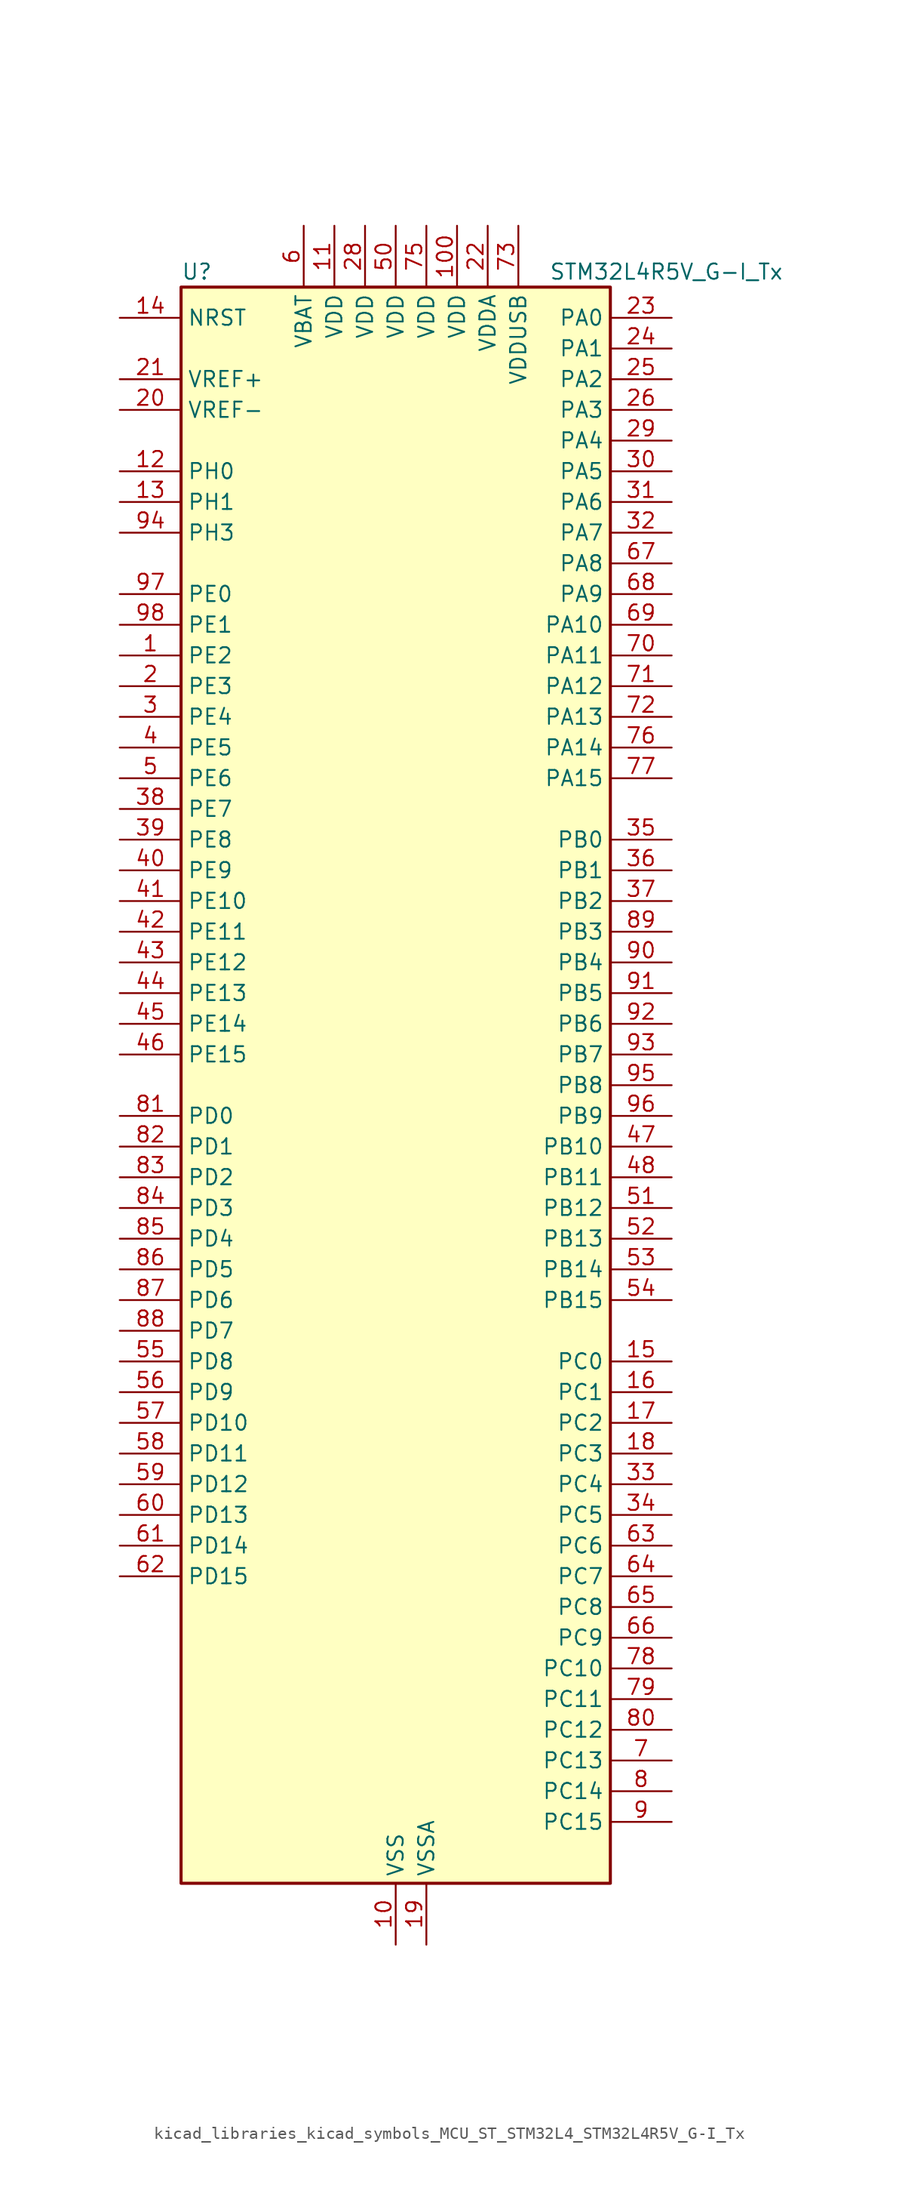
<source format=kicad_sym>
(kicad_symbol_lib
  (version 20220914)
  (generator kicad_symbol_editor)
  (symbol "kicad_libraries_kicad_symbols_MCU_ST_STM32L4_STM32L4R5V_G-I_Tx"
    (property "Reference" "U"
      (at -17.78 67.31 0)
      (effects (font (size 1.27 1.27)) (justify left)))
    (property "Value" "STM32L4R5V_G-I_Tx"
      (at 12.7 67.31 0)
      (effects (font (size 1.27 1.27)) (justify left)))
    (property "ki_locked" ""
      (at 0 0 0)
      (effects (font (size 1.27 1.27))))
    (symbol "kicad_libraries_kicad_symbols_MCU_ST_STM32L4_STM32L4R5V_G-I_Tx_0_1"
      (rectangle (start -17.78 -66.04) (end 17.78 66.04) (stroke (width 0.254) (type default)) (fill (type background))))
    (symbol "kicad_libraries_kicad_symbols_MCU_ST_STM32L4_STM32L4R5V_G-I_Tx_1_1"
      (pin bidirectional line (at -22.86 35.56 0) (length 5.08) (name "PE2" (effects (font (size 1.27 1.27)))) (number "1" (effects (font (size 1.27 1.27)))) (alternate "FMC_A23" bidirectional line) (alternate "SAI1_CK1" bidirectional line) (alternate "SAI1_MCLK_A" bidirectional line) (alternate "SYS_TRACECLK" bidirectional line) (alternate "TIM3_ETR" bidirectional line) (alternate "TSC_G7_IO1" bidirectional line))
      (pin power_in line (at 0 -71.12 90) (length 5.08) (name "VSS" (effects (font (size 1.27 1.27)))) (number "10" (effects (font (size 1.27 1.27)))))
      (pin power_in line (at 5.08 71.12 270) (length 5.08) (name "VDD" (effects (font (size 1.27 1.27)))) (number "100" (effects (font (size 1.27 1.27)))))
      (pin power_in line (at -5.08 71.12 270) (length 5.08) (name "VDD" (effects (font (size 1.27 1.27)))) (number "11" (effects (font (size 1.27 1.27)))))
      (pin bidirectional line (at -22.86 50.8 0) (length 5.08) (name "PH0" (effects (font (size 1.27 1.27)))) (number "12" (effects (font (size 1.27 1.27)))) (alternate "RCC_OSC_IN" bidirectional line))
      (pin bidirectional line (at -22.86 48.26 0) (length 5.08) (name "PH1" (effects (font (size 1.27 1.27)))) (number "13" (effects (font (size 1.27 1.27)))) (alternate "RCC_OSC_OUT" bidirectional line))
      (pin input line (at -22.86 63.5 0) (length 5.08) (name "NRST" (effects (font (size 1.27 1.27)))) (number "14" (effects (font (size 1.27 1.27)))))
      (pin bidirectional line (at 22.86 -22.86 180) (length 5.08) (name "PC0" (effects (font (size 1.27 1.27)))) (number "15" (effects (font (size 1.27 1.27)))) (alternate "ADC1_IN1" bidirectional line) (alternate "DFSDM1_DATIN4" bidirectional line) (alternate "I2C3_SCL" bidirectional line) (alternate "LPTIM1_IN1" bidirectional line) (alternate "LPTIM2_IN1" bidirectional line) (alternate "LPUART1_RX" bidirectional line) (alternate "SAI2_FS_A" bidirectional line))
      (pin bidirectional line (at 22.86 -25.4 180) (length 5.08) (name "PC1" (effects (font (size 1.27 1.27)))) (number "16" (effects (font (size 1.27 1.27)))) (alternate "ADC1_IN2" bidirectional line) (alternate "DFSDM1_CKIN4" bidirectional line) (alternate "I2C3_SDA" bidirectional line) (alternate "LPTIM1_OUT" bidirectional line) (alternate "LPUART1_TX" bidirectional line) (alternate "OCTOSPIM_P1_IO4" bidirectional line) (alternate "SAI1_SD_A" bidirectional line) (alternate "SPI2_MOSI" bidirectional line) (alternate "SYS_TRACED0" bidirectional line))
      (pin bidirectional line (at 22.86 -27.94 180) (length 5.08) (name "PC2" (effects (font (size 1.27 1.27)))) (number "17" (effects (font (size 1.27 1.27)))) (alternate "ADC1_IN3" bidirectional line) (alternate "DFSDM1_CKOUT" bidirectional line) (alternate "LPTIM1_IN2" bidirectional line) (alternate "OCTOSPIM_P1_IO5" bidirectional line) (alternate "SPI2_MISO" bidirectional line))
      (pin bidirectional line (at 22.86 -30.48 180) (length 5.08) (name "PC3" (effects (font (size 1.27 1.27)))) (number "18" (effects (font (size 1.27 1.27)))) (alternate "ADC1_IN4" bidirectional line) (alternate "LPTIM1_ETR" bidirectional line) (alternate "LPTIM2_ETR" bidirectional line) (alternate "OCTOSPIM_P1_IO6" bidirectional line) (alternate "SAI1_D1" bidirectional line) (alternate "SAI1_SD_A" bidirectional line) (alternate "SPI2_MOSI" bidirectional line))
      (pin power_in line (at 2.54 -71.12 90) (length 5.08) (name "VSSA" (effects (font (size 1.27 1.27)))) (number "19" (effects (font (size 1.27 1.27)))))
      (pin bidirectional line (at -22.86 33.02 0) (length 5.08) (name "PE3" (effects (font (size 1.27 1.27)))) (number "2" (effects (font (size 1.27 1.27)))) (alternate "FMC_A19" bidirectional line) (alternate "OCTOSPIM_P1_DQS" bidirectional line) (alternate "SAI1_SD_B" bidirectional line) (alternate "SYS_TRACED0" bidirectional line) (alternate "TIM3_CH1" bidirectional line) (alternate "TSC_G7_IO2" bidirectional line))
      (pin input line (at -22.86 55.88 0) (length 5.08) (name "VREF-" (effects (font (size 1.27 1.27)))) (number "20" (effects (font (size 1.27 1.27)))))
      (pin input line (at -22.86 58.42 0) (length 5.08) (name "VREF+" (effects (font (size 1.27 1.27)))) (number "21" (effects (font (size 1.27 1.27)))) (alternate "VREFBUF_OUT" bidirectional line))
      (pin power_in line (at 7.62 71.12 270) (length 5.08) (name "VDDA" (effects (font (size 1.27 1.27)))) (number "22" (effects (font (size 1.27 1.27)))))
      (pin bidirectional line (at 22.86 63.5 180) (length 5.08) (name "PA0" (effects (font (size 1.27 1.27)))) (number "23" (effects (font (size 1.27 1.27)))) (alternate "ADC1_IN5" bidirectional line) (alternate "OPAMP1_VINP" bidirectional line) (alternate "RTC_TAMP2" bidirectional line) (alternate "SAI1_EXTCLK" bidirectional line) (alternate "SYS_WKUP1" bidirectional line) (alternate "TIM2_CH1" bidirectional line) (alternate "TIM2_ETR" bidirectional line) (alternate "TIM5_CH1" bidirectional line) (alternate "TIM8_ETR" bidirectional line) (alternate "UART4_TX" bidirectional line) (alternate "USART2_CTS" bidirectional line) (alternate "USART2_NSS" bidirectional line))
      (pin bidirectional line (at 22.86 60.96 180) (length 5.08) (name "PA1" (effects (font (size 1.27 1.27)))) (number "24" (effects (font (size 1.27 1.27)))) (alternate "ADC1_IN6" bidirectional line) (alternate "I2C1_SMBA" bidirectional line) (alternate "OCTOSPIM_P1_DQS" bidirectional line) (alternate "OPAMP1_VINM" bidirectional line) (alternate "SPI1_SCK" bidirectional line) (alternate "TIM15_CH1N" bidirectional line) (alternate "TIM2_CH2" bidirectional line) (alternate "TIM5_CH2" bidirectional line) (alternate "UART4_RX" bidirectional line) (alternate "USART2_DE" bidirectional line) (alternate "USART2_RTS" bidirectional line))
      (pin bidirectional line (at 22.86 58.42 180) (length 5.08) (name "PA2" (effects (font (size 1.27 1.27)))) (number "25" (effects (font (size 1.27 1.27)))) (alternate "ADC1_IN7" bidirectional line) (alternate "LPUART1_TX" bidirectional line) (alternate "OCTOSPIM_P1_NCS" bidirectional line) (alternate "RCC_LSCO" bidirectional line) (alternate "SAI2_EXTCLK" bidirectional line) (alternate "SYS_WKUP4" bidirectional line) (alternate "TIM15_CH1" bidirectional line) (alternate "TIM2_CH3" bidirectional line) (alternate "TIM5_CH3" bidirectional line) (alternate "USART2_TX" bidirectional line))
      (pin bidirectional line (at 22.86 55.88 180) (length 5.08) (name "PA3" (effects (font (size 1.27 1.27)))) (number "26" (effects (font (size 1.27 1.27)))) (alternate "ADC1_IN8" bidirectional line) (alternate "LPUART1_RX" bidirectional line) (alternate "OCTOSPIM_P1_CLK" bidirectional line) (alternate "OPAMP1_VOUT" bidirectional line) (alternate "SAI1_CK1" bidirectional line) (alternate "SAI1_MCLK_A" bidirectional line) (alternate "TIM15_CH2" bidirectional line) (alternate "TIM2_CH4" bidirectional line) (alternate "TIM5_CH4" bidirectional line) (alternate "USART2_RX" bidirectional line))
      (pin passive line (at 0 -71.12 90) (length 5.08) hide (name "VSS" (effects (font (size 1.27 1.27)))) (number "27" (effects (font (size 1.27 1.27)))))
      (pin power_in line (at -2.54 71.12 270) (length 5.08) (name "VDD" (effects (font (size 1.27 1.27)))) (number "28" (effects (font (size 1.27 1.27)))))
      (pin bidirectional line (at 22.86 53.34 180) (length 5.08) (name "PA4" (effects (font (size 1.27 1.27)))) (number "29" (effects (font (size 1.27 1.27)))) (alternate "ADC1_IN9" bidirectional line) (alternate "DAC1_OUT1" bidirectional line) (alternate "DCMI_HSYNC" bidirectional line) (alternate "LPTIM2_OUT" bidirectional line) (alternate "OCTOSPIM_P1_NCS" bidirectional line) (alternate "SAI1_FS_B" bidirectional line) (alternate "SPI1_NSS" bidirectional line) (alternate "SPI3_NSS" bidirectional line) (alternate "USART2_CK" bidirectional line))
      (pin bidirectional line (at -22.86 30.48 0) (length 5.08) (name "PE4" (effects (font (size 1.27 1.27)))) (number "3" (effects (font (size 1.27 1.27)))) (alternate "DCMI_D4" bidirectional line) (alternate "DFSDM1_DATIN3" bidirectional line) (alternate "FMC_A20" bidirectional line) (alternate "SAI1_D2" bidirectional line) (alternate "SAI1_FS_A" bidirectional line) (alternate "SYS_TRACED1" bidirectional line) (alternate "TIM3_CH2" bidirectional line) (alternate "TSC_G7_IO3" bidirectional line))
      (pin bidirectional line (at 22.86 50.8 180) (length 5.08) (name "PA5" (effects (font (size 1.27 1.27)))) (number "30" (effects (font (size 1.27 1.27)))) (alternate "ADC1_IN10" bidirectional line) (alternate "DAC1_OUT2" bidirectional line) (alternate "LPTIM2_ETR" bidirectional line) (alternate "SPI1_SCK" bidirectional line) (alternate "TIM2_CH1" bidirectional line) (alternate "TIM2_ETR" bidirectional line) (alternate "TIM8_CH1N" bidirectional line))
      (pin bidirectional line (at 22.86 48.26 180) (length 5.08) (name "PA6" (effects (font (size 1.27 1.27)))) (number "31" (effects (font (size 1.27 1.27)))) (alternate "ADC1_IN11" bidirectional line) (alternate "DCMI_PIXCLK" bidirectional line) (alternate "LPUART1_CTS" bidirectional line) (alternate "OCTOSPIM_P1_IO3" bidirectional line) (alternate "OPAMP2_VINP" bidirectional line) (alternate "SPI1_MISO" bidirectional line) (alternate "TIM16_CH1" bidirectional line) (alternate "TIM1_BKIN" bidirectional line) (alternate "TIM3_CH1" bidirectional line) (alternate "TIM8_BKIN" bidirectional line) (alternate "USART3_CTS" bidirectional line) (alternate "USART3_NSS" bidirectional line))
      (pin bidirectional line (at 22.86 45.72 180) (length 5.08) (name "PA7" (effects (font (size 1.27 1.27)))) (number "32" (effects (font (size 1.27 1.27)))) (alternate "ADC1_IN12" bidirectional line) (alternate "I2C3_SCL" bidirectional line) (alternate "OCTOSPIM_P1_IO2" bidirectional line) (alternate "OPAMP2_VINM" bidirectional line) (alternate "SPI1_MOSI" bidirectional line) (alternate "TIM17_CH1" bidirectional line) (alternate "TIM1_CH1N" bidirectional line) (alternate "TIM3_CH2" bidirectional line) (alternate "TIM8_CH1N" bidirectional line))
      (pin bidirectional line (at 22.86 -33.02 180) (length 5.08) (name "PC4" (effects (font (size 1.27 1.27)))) (number "33" (effects (font (size 1.27 1.27)))) (alternate "ADC1_IN13" bidirectional line) (alternate "COMP1_INM" bidirectional line) (alternate "OCTOSPIM_P1_IO7" bidirectional line) (alternate "USART3_TX" bidirectional line))
      (pin bidirectional line (at 22.86 -35.56 180) (length 5.08) (name "PC5" (effects (font (size 1.27 1.27)))) (number "34" (effects (font (size 1.27 1.27)))) (alternate "ADC1_IN14" bidirectional line) (alternate "COMP1_INP" bidirectional line) (alternate "SAI1_D3" bidirectional line) (alternate "SYS_WKUP5" bidirectional line) (alternate "USART3_RX" bidirectional line))
      (pin bidirectional line (at 22.86 20.32 180) (length 5.08) (name "PB0" (effects (font (size 1.27 1.27)))) (number "35" (effects (font (size 1.27 1.27)))) (alternate "ADC1_IN15" bidirectional line) (alternate "COMP1_OUT" bidirectional line) (alternate "OCTOSPIM_P1_IO1" bidirectional line) (alternate "OPAMP2_VOUT" bidirectional line) (alternate "SAI1_EXTCLK" bidirectional line) (alternate "SPI1_NSS" bidirectional line) (alternate "TIM1_CH2N" bidirectional line) (alternate "TIM3_CH3" bidirectional line) (alternate "TIM8_CH2N" bidirectional line) (alternate "USART3_CK" bidirectional line))
      (pin bidirectional line (at 22.86 17.78 180) (length 5.08) (name "PB1" (effects (font (size 1.27 1.27)))) (number "36" (effects (font (size 1.27 1.27)))) (alternate "ADC1_IN16" bidirectional line) (alternate "COMP1_INM" bidirectional line) (alternate "DFSDM1_DATIN0" bidirectional line) (alternate "LPTIM2_IN1" bidirectional line) (alternate "LPUART1_DE" bidirectional line) (alternate "LPUART1_RTS" bidirectional line) (alternate "OCTOSPIM_P1_IO0" bidirectional line) (alternate "TIM1_CH3N" bidirectional line) (alternate "TIM3_CH4" bidirectional line) (alternate "TIM8_CH3N" bidirectional line) (alternate "USART3_DE" bidirectional line) (alternate "USART3_RTS" bidirectional line))
      (pin bidirectional line (at 22.86 15.24 180) (length 5.08) (name "PB2" (effects (font (size 1.27 1.27)))) (number "37" (effects (font (size 1.27 1.27)))) (alternate "COMP1_INP" bidirectional line) (alternate "DFSDM1_CKIN0" bidirectional line) (alternate "I2C3_SMBA" bidirectional line) (alternate "LPTIM1_OUT" bidirectional line) (alternate "OCTOSPIM_P1_DQS" bidirectional line) (alternate "RTC_OUT_ALARM" bidirectional line) (alternate "RTC_OUT_CALIB" bidirectional line))
      (pin bidirectional line (at -22.86 22.86 0) (length 5.08) (name "PE7" (effects (font (size 1.27 1.27)))) (number "38" (effects (font (size 1.27 1.27)))) (alternate "DFSDM1_DATIN2" bidirectional line) (alternate "FMC_D4" bidirectional line) (alternate "FMC_DA4" bidirectional line) (alternate "SAI1_SD_B" bidirectional line) (alternate "TIM1_ETR" bidirectional line))
      (pin bidirectional line (at -22.86 20.32 0) (length 5.08) (name "PE8" (effects (font (size 1.27 1.27)))) (number "39" (effects (font (size 1.27 1.27)))) (alternate "DFSDM1_CKIN2" bidirectional line) (alternate "FMC_D5" bidirectional line) (alternate "FMC_DA5" bidirectional line) (alternate "SAI1_SCK_B" bidirectional line) (alternate "TIM1_CH1N" bidirectional line))
      (pin bidirectional line (at -22.86 27.94 0) (length 5.08) (name "PE5" (effects (font (size 1.27 1.27)))) (number "4" (effects (font (size 1.27 1.27)))) (alternate "DCMI_D6" bidirectional line) (alternate "DFSDM1_CKIN3" bidirectional line) (alternate "FMC_A21" bidirectional line) (alternate "SAI1_CK2" bidirectional line) (alternate "SAI1_SCK_A" bidirectional line) (alternate "SYS_TRACED2" bidirectional line) (alternate "TIM3_CH3" bidirectional line) (alternate "TSC_G7_IO4" bidirectional line))
      (pin bidirectional line (at -22.86 17.78 0) (length 5.08) (name "PE9" (effects (font (size 1.27 1.27)))) (number "40" (effects (font (size 1.27 1.27)))) (alternate "DAC1_EXTI9" bidirectional line) (alternate "DFSDM1_CKOUT" bidirectional line) (alternate "FMC_D6" bidirectional line) (alternate "FMC_DA6" bidirectional line) (alternate "SAI1_FS_B" bidirectional line) (alternate "TIM1_CH1" bidirectional line))
      (pin bidirectional line (at -22.86 15.24 0) (length 5.08) (name "PE10" (effects (font (size 1.27 1.27)))) (number "41" (effects (font (size 1.27 1.27)))) (alternate "DFSDM1_DATIN4" bidirectional line) (alternate "FMC_D7" bidirectional line) (alternate "FMC_DA7" bidirectional line) (alternate "OCTOSPIM_P1_CLK" bidirectional line) (alternate "SAI1_MCLK_B" bidirectional line) (alternate "TIM1_CH2N" bidirectional line) (alternate "TSC_G5_IO1" bidirectional line))
      (pin bidirectional line (at -22.86 12.7 0) (length 5.08) (name "PE11" (effects (font (size 1.27 1.27)))) (number "42" (effects (font (size 1.27 1.27)))) (alternate "ADC1_EXTI11" bidirectional line) (alternate "DFSDM1_CKIN4" bidirectional line) (alternate "FMC_D8" bidirectional line) (alternate "FMC_DA8" bidirectional line) (alternate "OCTOSPIM_P1_NCS" bidirectional line) (alternate "TIM1_CH2" bidirectional line) (alternate "TSC_G5_IO2" bidirectional line))
      (pin bidirectional line (at -22.86 10.16 0) (length 5.08) (name "PE12" (effects (font (size 1.27 1.27)))) (number "43" (effects (font (size 1.27 1.27)))) (alternate "DFSDM1_DATIN5" bidirectional line) (alternate "FMC_D9" bidirectional line) (alternate "FMC_DA9" bidirectional line) (alternate "OCTOSPIM_P1_IO0" bidirectional line) (alternate "SPI1_NSS" bidirectional line) (alternate "TIM1_CH3N" bidirectional line) (alternate "TSC_G5_IO3" bidirectional line))
      (pin bidirectional line (at -22.86 7.62 0) (length 5.08) (name "PE13" (effects (font (size 1.27 1.27)))) (number "44" (effects (font (size 1.27 1.27)))) (alternate "DFSDM1_CKIN5" bidirectional line) (alternate "FMC_D10" bidirectional line) (alternate "FMC_DA10" bidirectional line) (alternate "OCTOSPIM_P1_IO1" bidirectional line) (alternate "SPI1_SCK" bidirectional line) (alternate "TIM1_CH3" bidirectional line) (alternate "TSC_G5_IO4" bidirectional line))
      (pin bidirectional line (at -22.86 5.08 0) (length 5.08) (name "PE14" (effects (font (size 1.27 1.27)))) (number "45" (effects (font (size 1.27 1.27)))) (alternate "FMC_D11" bidirectional line) (alternate "FMC_DA11" bidirectional line) (alternate "OCTOSPIM_P1_IO2" bidirectional line) (alternate "SPI1_MISO" bidirectional line) (alternate "TIM1_BKIN2" bidirectional line) (alternate "TIM1_CH4" bidirectional line))
      (pin bidirectional line (at -22.86 2.54 0) (length 5.08) (name "PE15" (effects (font (size 1.27 1.27)))) (number "46" (effects (font (size 1.27 1.27)))) (alternate "ADC1_EXTI15" bidirectional line) (alternate "FMC_D12" bidirectional line) (alternate "FMC_DA12" bidirectional line) (alternate "OCTOSPIM_P1_IO3" bidirectional line) (alternate "SPI1_MOSI" bidirectional line) (alternate "TIM1_BKIN" bidirectional line))
      (pin bidirectional line (at 22.86 -5.08 180) (length 5.08) (name "PB10" (effects (font (size 1.27 1.27)))) (number "47" (effects (font (size 1.27 1.27)))) (alternate "COMP1_OUT" bidirectional line) (alternate "DFSDM1_DATIN7" bidirectional line) (alternate "I2C2_SCL" bidirectional line) (alternate "I2C4_SCL" bidirectional line) (alternate "LPUART1_RX" bidirectional line) (alternate "OCTOSPIM_P1_CLK" bidirectional line) (alternate "SAI1_SCK_A" bidirectional line) (alternate "SPI2_SCK" bidirectional line) (alternate "TIM2_CH3" bidirectional line) (alternate "TSC_SYNC" bidirectional line) (alternate "USART3_TX" bidirectional line))
      (pin bidirectional line (at 22.86 -7.62 180) (length 5.08) (name "PB11" (effects (font (size 1.27 1.27)))) (number "48" (effects (font (size 1.27 1.27)))) (alternate "ADC1_EXTI11" bidirectional line) (alternate "COMP2_OUT" bidirectional line) (alternate "DFSDM1_CKIN7" bidirectional line) (alternate "I2C2_SDA" bidirectional line) (alternate "I2C4_SDA" bidirectional line) (alternate "LPUART1_TX" bidirectional line) (alternate "OCTOSPIM_P1_NCS" bidirectional line) (alternate "TIM2_CH4" bidirectional line) (alternate "USART3_RX" bidirectional line))
      (pin passive line (at 0 -71.12 90) (length 5.08) hide (name "VSS" (effects (font (size 1.27 1.27)))) (number "49" (effects (font (size 1.27 1.27)))))
      (pin bidirectional line (at -22.86 25.4 0) (length 5.08) (name "PE6" (effects (font (size 1.27 1.27)))) (number "5" (effects (font (size 1.27 1.27)))) (alternate "DCMI_D7" bidirectional line) (alternate "FMC_A22" bidirectional line) (alternate "RTC_TAMP3" bidirectional line) (alternate "SAI1_D1" bidirectional line) (alternate "SAI1_SD_A" bidirectional line) (alternate "SYS_TRACED3" bidirectional line) (alternate "SYS_WKUP3" bidirectional line) (alternate "TIM3_CH4" bidirectional line))
      (pin power_in line (at 0 71.12 270) (length 5.08) (name "VDD" (effects (font (size 1.27 1.27)))) (number "50" (effects (font (size 1.27 1.27)))))
      (pin bidirectional line (at 22.86 -10.16 180) (length 5.08) (name "PB12" (effects (font (size 1.27 1.27)))) (number "51" (effects (font (size 1.27 1.27)))) (alternate "DFSDM1_DATIN1" bidirectional line) (alternate "I2C2_SMBA" bidirectional line) (alternate "LPUART1_DE" bidirectional line) (alternate "LPUART1_RTS" bidirectional line) (alternate "SAI2_FS_A" bidirectional line) (alternate "SPI2_NSS" bidirectional line) (alternate "TIM15_BKIN" bidirectional line) (alternate "TIM1_BKIN" bidirectional line) (alternate "TSC_G1_IO1" bidirectional line) (alternate "USART3_CK" bidirectional line))
      (pin bidirectional line (at 22.86 -12.7 180) (length 5.08) (name "PB13" (effects (font (size 1.27 1.27)))) (number "52" (effects (font (size 1.27 1.27)))) (alternate "DFSDM1_CKIN1" bidirectional line) (alternate "I2C2_SCL" bidirectional line) (alternate "LPUART1_CTS" bidirectional line) (alternate "SAI2_SCK_A" bidirectional line) (alternate "SPI2_SCK" bidirectional line) (alternate "TIM15_CH1N" bidirectional line) (alternate "TIM1_CH1N" bidirectional line) (alternate "TSC_G1_IO2" bidirectional line) (alternate "USART3_CTS" bidirectional line) (alternate "USART3_NSS" bidirectional line))
      (pin bidirectional line (at 22.86 -15.24 180) (length 5.08) (name "PB14" (effects (font (size 1.27 1.27)))) (number "53" (effects (font (size 1.27 1.27)))) (alternate "DFSDM1_DATIN2" bidirectional line) (alternate "I2C2_SDA" bidirectional line) (alternate "SAI2_MCLK_A" bidirectional line) (alternate "SPI2_MISO" bidirectional line) (alternate "TIM15_CH1" bidirectional line) (alternate "TIM1_CH2N" bidirectional line) (alternate "TIM8_CH2N" bidirectional line) (alternate "TSC_G1_IO3" bidirectional line) (alternate "USART3_DE" bidirectional line) (alternate "USART3_RTS" bidirectional line))
      (pin bidirectional line (at 22.86 -17.78 180) (length 5.08) (name "PB15" (effects (font (size 1.27 1.27)))) (number "54" (effects (font (size 1.27 1.27)))) (alternate "ADC1_EXTI15" bidirectional line) (alternate "DFSDM1_CKIN2" bidirectional line) (alternate "RTC_REFIN" bidirectional line) (alternate "SAI2_SD_A" bidirectional line) (alternate "SPI2_MOSI" bidirectional line) (alternate "TIM15_CH2" bidirectional line) (alternate "TIM1_CH3N" bidirectional line) (alternate "TIM8_CH3N" bidirectional line) (alternate "TSC_G1_IO4" bidirectional line))
      (pin bidirectional line (at -22.86 -22.86 0) (length 5.08) (name "PD8" (effects (font (size 1.27 1.27)))) (number "55" (effects (font (size 1.27 1.27)))) (alternate "DCMI_HSYNC" bidirectional line) (alternate "FMC_D13" bidirectional line) (alternate "FMC_DA13" bidirectional line) (alternate "USART3_TX" bidirectional line))
      (pin bidirectional line (at -22.86 -25.4 0) (length 5.08) (name "PD9" (effects (font (size 1.27 1.27)))) (number "56" (effects (font (size 1.27 1.27)))) (alternate "DAC1_EXTI9" bidirectional line) (alternate "DCMI_PIXCLK" bidirectional line) (alternate "FMC_D14" bidirectional line) (alternate "FMC_DA14" bidirectional line) (alternate "SAI2_MCLK_A" bidirectional line) (alternate "USART3_RX" bidirectional line))
      (pin bidirectional line (at -22.86 -27.94 0) (length 5.08) (name "PD10" (effects (font (size 1.27 1.27)))) (number "57" (effects (font (size 1.27 1.27)))) (alternate "FMC_D15" bidirectional line) (alternate "FMC_DA15" bidirectional line) (alternate "SAI2_SCK_A" bidirectional line) (alternate "TSC_G6_IO1" bidirectional line) (alternate "USART3_CK" bidirectional line))
      (pin bidirectional line (at -22.86 -30.48 0) (length 5.08) (name "PD11" (effects (font (size 1.27 1.27)))) (number "58" (effects (font (size 1.27 1.27)))) (alternate "ADC1_EXTI11" bidirectional line) (alternate "FMC_A16" bidirectional line) (alternate "FMC_CLE" bidirectional line) (alternate "I2C4_SMBA" bidirectional line) (alternate "LPTIM2_ETR" bidirectional line) (alternate "SAI2_SD_A" bidirectional line) (alternate "TSC_G6_IO2" bidirectional line) (alternate "USART3_CTS" bidirectional line) (alternate "USART3_NSS" bidirectional line))
      (pin bidirectional line (at -22.86 -33.02 0) (length 5.08) (name "PD12" (effects (font (size 1.27 1.27)))) (number "59" (effects (font (size 1.27 1.27)))) (alternate "FMC_A17" bidirectional line) (alternate "FMC_ALE" bidirectional line) (alternate "I2C4_SCL" bidirectional line) (alternate "LPTIM2_IN1" bidirectional line) (alternate "SAI2_FS_A" bidirectional line) (alternate "TIM4_CH1" bidirectional line) (alternate "TSC_G6_IO3" bidirectional line) (alternate "USART3_DE" bidirectional line) (alternate "USART3_RTS" bidirectional line))
      (pin power_in line (at -7.62 71.12 270) (length 5.08) (name "VBAT" (effects (font (size 1.27 1.27)))) (number "6" (effects (font (size 1.27 1.27)))))
      (pin bidirectional line (at -22.86 -35.56 0) (length 5.08) (name "PD13" (effects (font (size 1.27 1.27)))) (number "60" (effects (font (size 1.27 1.27)))) (alternate "FMC_A18" bidirectional line) (alternate "I2C4_SDA" bidirectional line) (alternate "LPTIM2_OUT" bidirectional line) (alternate "TIM4_CH2" bidirectional line) (alternate "TSC_G6_IO4" bidirectional line))
      (pin bidirectional line (at -22.86 -38.1 0) (length 5.08) (name "PD14" (effects (font (size 1.27 1.27)))) (number "61" (effects (font (size 1.27 1.27)))) (alternate "FMC_D0" bidirectional line) (alternate "FMC_DA0" bidirectional line) (alternate "TIM4_CH3" bidirectional line))
      (pin bidirectional line (at -22.86 -40.64 0) (length 5.08) (name "PD15" (effects (font (size 1.27 1.27)))) (number "62" (effects (font (size 1.27 1.27)))) (alternate "ADC1_EXTI15" bidirectional line) (alternate "FMC_D1" bidirectional line) (alternate "FMC_DA1" bidirectional line) (alternate "TIM4_CH4" bidirectional line))
      (pin bidirectional line (at 22.86 -38.1 180) (length 5.08) (name "PC6" (effects (font (size 1.27 1.27)))) (number "63" (effects (font (size 1.27 1.27)))) (alternate "DCMI_D0" bidirectional line) (alternate "DFSDM1_CKIN3" bidirectional line) (alternate "SAI2_MCLK_A" bidirectional line) (alternate "SDMMC1_D0DIR" bidirectional line) (alternate "SDMMC1_D6" bidirectional line) (alternate "TIM3_CH1" bidirectional line) (alternate "TIM8_CH1" bidirectional line) (alternate "TSC_G4_IO1" bidirectional line))
      (pin bidirectional line (at 22.86 -40.64 180) (length 5.08) (name "PC7" (effects (font (size 1.27 1.27)))) (number "64" (effects (font (size 1.27 1.27)))) (alternate "DCMI_D1" bidirectional line) (alternate "DFSDM1_DATIN3" bidirectional line) (alternate "SAI2_MCLK_B" bidirectional line) (alternate "SDMMC1_D123DIR" bidirectional line) (alternate "SDMMC1_D7" bidirectional line) (alternate "TIM3_CH2" bidirectional line) (alternate "TIM8_CH2" bidirectional line) (alternate "TSC_G4_IO2" bidirectional line))
      (pin bidirectional line (at 22.86 -43.18 180) (length 5.08) (name "PC8" (effects (font (size 1.27 1.27)))) (number "65" (effects (font (size 1.27 1.27)))) (alternate "DCMI_D2" bidirectional line) (alternate "SDMMC1_D0" bidirectional line) (alternate "TIM3_CH3" bidirectional line) (alternate "TIM8_CH3" bidirectional line) (alternate "TSC_G4_IO3" bidirectional line))
      (pin bidirectional line (at 22.86 -45.72 180) (length 5.08) (name "PC9" (effects (font (size 1.27 1.27)))) (number "66" (effects (font (size 1.27 1.27)))) (alternate "DAC1_EXTI9" bidirectional line) (alternate "DCMI_D3" bidirectional line) (alternate "I2C3_SDA" bidirectional line) (alternate "SAI2_EXTCLK" bidirectional line) (alternate "SDMMC1_D1" bidirectional line) (alternate "SYS_TRACED0" bidirectional line) (alternate "TIM3_CH4" bidirectional line) (alternate "TIM8_BKIN2" bidirectional line) (alternate "TIM8_CH4" bidirectional line) (alternate "TSC_G4_IO4" bidirectional line) (alternate "USB_OTG_FS_NOE" bidirectional line))
      (pin bidirectional line (at 22.86 43.18 180) (length 5.08) (name "PA8" (effects (font (size 1.27 1.27)))) (number "67" (effects (font (size 1.27 1.27)))) (alternate "LPTIM2_OUT" bidirectional line) (alternate "RCC_MCO" bidirectional line) (alternate "SAI1_CK2" bidirectional line) (alternate "SAI1_SCK_A" bidirectional line) (alternate "TIM1_CH1" bidirectional line) (alternate "USART1_CK" bidirectional line) (alternate "USB_OTG_FS_SOF" bidirectional line))
      (pin bidirectional line (at 22.86 40.64 180) (length 5.08) (name "PA9" (effects (font (size 1.27 1.27)))) (number "68" (effects (font (size 1.27 1.27)))) (alternate "DAC1_EXTI9" bidirectional line) (alternate "DCMI_D0" bidirectional line) (alternate "SAI1_FS_A" bidirectional line) (alternate "SPI2_SCK" bidirectional line) (alternate "TIM15_BKIN" bidirectional line) (alternate "TIM1_CH2" bidirectional line) (alternate "USART1_TX" bidirectional line) (alternate "USB_OTG_FS_VBUS" bidirectional line))
      (pin bidirectional line (at 22.86 38.1 180) (length 5.08) (name "PA10" (effects (font (size 1.27 1.27)))) (number "69" (effects (font (size 1.27 1.27)))) (alternate "DCMI_D1" bidirectional line) (alternate "SAI1_D1" bidirectional line) (alternate "SAI1_SD_A" bidirectional line) (alternate "TIM17_BKIN" bidirectional line) (alternate "TIM1_CH3" bidirectional line) (alternate "USART1_RX" bidirectional line) (alternate "USB_OTG_FS_ID" bidirectional line))
      (pin bidirectional line (at 22.86 -55.88 180) (length 5.08) (name "PC13" (effects (font (size 1.27 1.27)))) (number "7" (effects (font (size 1.27 1.27)))) (alternate "RTC_OUT_ALARM" bidirectional line) (alternate "RTC_OUT_CALIB" bidirectional line) (alternate "RTC_TAMP1" bidirectional line) (alternate "RTC_TS" bidirectional line) (alternate "SYS_WKUP2" bidirectional line))
      (pin bidirectional line (at 22.86 35.56 180) (length 5.08) (name "PA11" (effects (font (size 1.27 1.27)))) (number "70" (effects (font (size 1.27 1.27)))) (alternate "ADC1_EXTI11" bidirectional line) (alternate "CAN1_RX" bidirectional line) (alternate "SPI1_MISO" bidirectional line) (alternate "TIM1_BKIN2" bidirectional line) (alternate "TIM1_CH4" bidirectional line) (alternate "USART1_CTS" bidirectional line) (alternate "USART1_NSS" bidirectional line) (alternate "USB_OTG_FS_DM" bidirectional line))
      (pin bidirectional line (at 22.86 33.02 180) (length 5.08) (name "PA12" (effects (font (size 1.27 1.27)))) (number "71" (effects (font (size 1.27 1.27)))) (alternate "CAN1_TX" bidirectional line) (alternate "SPI1_MOSI" bidirectional line) (alternate "TIM1_ETR" bidirectional line) (alternate "USART1_DE" bidirectional line) (alternate "USART1_RTS" bidirectional line) (alternate "USB_OTG_FS_DP" bidirectional line))
      (pin bidirectional line (at 22.86 30.48 180) (length 5.08) (name "PA13" (effects (font (size 1.27 1.27)))) (number "72" (effects (font (size 1.27 1.27)))) (alternate "IR_OUT" bidirectional line) (alternate "SAI1_SD_B" bidirectional line) (alternate "SYS_JTMS-SWDIO" bidirectional line) (alternate "USB_OTG_FS_NOE" bidirectional line))
      (pin power_in line (at 10.16 71.12 270) (length 5.08) (name "VDDUSB" (effects (font (size 1.27 1.27)))) (number "73" (effects (font (size 1.27 1.27)))))
      (pin passive line (at 0 -71.12 90) (length 5.08) hide (name "VSS" (effects (font (size 1.27 1.27)))) (number "74" (effects (font (size 1.27 1.27)))))
      (pin power_in line (at 2.54 71.12 270) (length 5.08) (name "VDD" (effects (font (size 1.27 1.27)))) (number "75" (effects (font (size 1.27 1.27)))))
      (pin bidirectional line (at 22.86 27.94 180) (length 5.08) (name "PA14" (effects (font (size 1.27 1.27)))) (number "76" (effects (font (size 1.27 1.27)))) (alternate "I2C1_SMBA" bidirectional line) (alternate "I2C4_SMBA" bidirectional line) (alternate "LPTIM1_OUT" bidirectional line) (alternate "SAI1_FS_B" bidirectional line) (alternate "SYS_JTCK-SWCLK" bidirectional line) (alternate "USB_OTG_FS_SOF" bidirectional line))
      (pin bidirectional line (at 22.86 25.4 180) (length 5.08) (name "PA15" (effects (font (size 1.27 1.27)))) (number "77" (effects (font (size 1.27 1.27)))) (alternate "ADC1_EXTI15" bidirectional line) (alternate "SAI2_FS_B" bidirectional line) (alternate "SPI1_NSS" bidirectional line) (alternate "SPI3_NSS" bidirectional line) (alternate "SYS_JTDI" bidirectional line) (alternate "TIM2_CH1" bidirectional line) (alternate "TIM2_ETR" bidirectional line) (alternate "TSC_G3_IO1" bidirectional line) (alternate "UART4_DE" bidirectional line) (alternate "UART4_RTS" bidirectional line) (alternate "USART2_RX" bidirectional line) (alternate "USART3_DE" bidirectional line) (alternate "USART3_RTS" bidirectional line))
      (pin bidirectional line (at 22.86 -48.26 180) (length 5.08) (name "PC10" (effects (font (size 1.27 1.27)))) (number "78" (effects (font (size 1.27 1.27)))) (alternate "DCMI_D8" bidirectional line) (alternate "SAI2_SCK_B" bidirectional line) (alternate "SDMMC1_D2" bidirectional line) (alternate "SPI3_SCK" bidirectional line) (alternate "SYS_TRACED1" bidirectional line) (alternate "TSC_G3_IO2" bidirectional line) (alternate "UART4_TX" bidirectional line) (alternate "USART3_TX" bidirectional line))
      (pin bidirectional line (at 22.86 -50.8 180) (length 5.08) (name "PC11" (effects (font (size 1.27 1.27)))) (number "79" (effects (font (size 1.27 1.27)))) (alternate "ADC1_EXTI11" bidirectional line) (alternate "DCMI_D2" bidirectional line) (alternate "DCMI_D4" bidirectional line) (alternate "OCTOSPIM_P1_NCS" bidirectional line) (alternate "SAI2_MCLK_B" bidirectional line) (alternate "SDMMC1_D3" bidirectional line) (alternate "SPI3_MISO" bidirectional line) (alternate "TSC_G3_IO3" bidirectional line) (alternate "UART4_RX" bidirectional line) (alternate "USART3_RX" bidirectional line))
      (pin bidirectional line (at 22.86 -58.42 180) (length 5.08) (name "PC14" (effects (font (size 1.27 1.27)))) (number "8" (effects (font (size 1.27 1.27)))) (alternate "RCC_OSC32_IN" bidirectional line))
      (pin bidirectional line (at 22.86 -53.34 180) (length 5.08) (name "PC12" (effects (font (size 1.27 1.27)))) (number "80" (effects (font (size 1.27 1.27)))) (alternate "DCMI_D9" bidirectional line) (alternate "SAI2_SD_B" bidirectional line) (alternate "SDMMC1_CK" bidirectional line) (alternate "SPI3_MOSI" bidirectional line) (alternate "SYS_TRACED3" bidirectional line) (alternate "TSC_G3_IO4" bidirectional line) (alternate "UART5_TX" bidirectional line) (alternate "USART3_CK" bidirectional line))
      (pin bidirectional line (at -22.86 -2.54 0) (length 5.08) (name "PD0" (effects (font (size 1.27 1.27)))) (number "81" (effects (font (size 1.27 1.27)))) (alternate "CAN1_RX" bidirectional line) (alternate "DFSDM1_DATIN7" bidirectional line) (alternate "FMC_D2" bidirectional line) (alternate "FMC_DA2" bidirectional line) (alternate "SPI2_NSS" bidirectional line))
      (pin bidirectional line (at -22.86 -5.08 0) (length 5.08) (name "PD1" (effects (font (size 1.27 1.27)))) (number "82" (effects (font (size 1.27 1.27)))) (alternate "CAN1_TX" bidirectional line) (alternate "DFSDM1_CKIN7" bidirectional line) (alternate "FMC_D3" bidirectional line) (alternate "FMC_DA3" bidirectional line) (alternate "SPI2_SCK" bidirectional line))
      (pin bidirectional line (at -22.86 -7.62 0) (length 5.08) (name "PD2" (effects (font (size 1.27 1.27)))) (number "83" (effects (font (size 1.27 1.27)))) (alternate "DCMI_D11" bidirectional line) (alternate "SDMMC1_CMD" bidirectional line) (alternate "SYS_TRACED2" bidirectional line) (alternate "TIM3_ETR" bidirectional line) (alternate "TSC_SYNC" bidirectional line) (alternate "UART5_RX" bidirectional line) (alternate "USART3_DE" bidirectional line) (alternate "USART3_RTS" bidirectional line))
      (pin bidirectional line (at -22.86 -10.16 0) (length 5.08) (name "PD3" (effects (font (size 1.27 1.27)))) (number "84" (effects (font (size 1.27 1.27)))) (alternate "DCMI_D5" bidirectional line) (alternate "DFSDM1_DATIN0" bidirectional line) (alternate "FMC_CLK" bidirectional line) (alternate "OCTOSPIM_P2_NCS" bidirectional line) (alternate "SPI2_MISO" bidirectional line) (alternate "SPI2_SCK" bidirectional line) (alternate "USART2_CTS" bidirectional line) (alternate "USART2_NSS" bidirectional line))
      (pin bidirectional line (at -22.86 -12.7 0) (length 5.08) (name "PD4" (effects (font (size 1.27 1.27)))) (number "85" (effects (font (size 1.27 1.27)))) (alternate "DFSDM1_CKIN0" bidirectional line) (alternate "FMC_NOE" bidirectional line) (alternate "OCTOSPIM_P1_IO4" bidirectional line) (alternate "SPI2_MOSI" bidirectional line) (alternate "USART2_DE" bidirectional line) (alternate "USART2_RTS" bidirectional line))
      (pin bidirectional line (at -22.86 -15.24 0) (length 5.08) (name "PD5" (effects (font (size 1.27 1.27)))) (number "86" (effects (font (size 1.27 1.27)))) (alternate "FMC_NWE" bidirectional line) (alternate "OCTOSPIM_P1_IO5" bidirectional line) (alternate "USART2_TX" bidirectional line))
      (pin bidirectional line (at -22.86 -17.78 0) (length 5.08) (name "PD6" (effects (font (size 1.27 1.27)))) (number "87" (effects (font (size 1.27 1.27)))) (alternate "DCMI_D10" bidirectional line) (alternate "DFSDM1_DATIN1" bidirectional line) (alternate "FMC_NWAIT" bidirectional line) (alternate "OCTOSPIM_P1_IO6" bidirectional line) (alternate "SAI1_D1" bidirectional line) (alternate "SAI1_SD_A" bidirectional line) (alternate "SPI3_MOSI" bidirectional line) (alternate "USART2_RX" bidirectional line))
      (pin bidirectional line (at -22.86 -20.32 0) (length 5.08) (name "PD7" (effects (font (size 1.27 1.27)))) (number "88" (effects (font (size 1.27 1.27)))) (alternate "DFSDM1_CKIN1" bidirectional line) (alternate "FMC_NCE" bidirectional line) (alternate "FMC_NE1" bidirectional line) (alternate "OCTOSPIM_P1_IO7" bidirectional line) (alternate "USART2_CK" bidirectional line))
      (pin bidirectional line (at 22.86 12.7 180) (length 5.08) (name "PB3" (effects (font (size 1.27 1.27)))) (number "89" (effects (font (size 1.27 1.27)))) (alternate "COMP2_INM" bidirectional line) (alternate "CRS_SYNC" bidirectional line) (alternate "SAI1_SCK_B" bidirectional line) (alternate "SPI1_SCK" bidirectional line) (alternate "SPI3_SCK" bidirectional line) (alternate "SYS_JTDO-SWO" bidirectional line) (alternate "TIM2_CH2" bidirectional line) (alternate "USART1_DE" bidirectional line) (alternate "USART1_RTS" bidirectional line))
      (pin bidirectional line (at 22.86 -60.96 180) (length 5.08) (name "PC15" (effects (font (size 1.27 1.27)))) (number "9" (effects (font (size 1.27 1.27)))) (alternate "ADC1_EXTI15" bidirectional line) (alternate "RCC_OSC32_OUT" bidirectional line))
      (pin bidirectional line (at 22.86 10.16 180) (length 5.08) (name "PB4" (effects (font (size 1.27 1.27)))) (number "90" (effects (font (size 1.27 1.27)))) (alternate "COMP2_INP" bidirectional line) (alternate "DCMI_D12" bidirectional line) (alternate "I2C3_SDA" bidirectional line) (alternate "SAI1_MCLK_B" bidirectional line) (alternate "SPI1_MISO" bidirectional line) (alternate "SPI3_MISO" bidirectional line) (alternate "SYS_JTRST" bidirectional line) (alternate "TIM17_BKIN" bidirectional line) (alternate "TIM3_CH1" bidirectional line) (alternate "TSC_G2_IO1" bidirectional line) (alternate "UART5_DE" bidirectional line) (alternate "UART5_RTS" bidirectional line) (alternate "USART1_CTS" bidirectional line) (alternate "USART1_NSS" bidirectional line))
      (pin bidirectional line (at 22.86 7.62 180) (length 5.08) (name "PB5" (effects (font (size 1.27 1.27)))) (number "91" (effects (font (size 1.27 1.27)))) (alternate "COMP2_OUT" bidirectional line) (alternate "DCMI_D10" bidirectional line) (alternate "I2C1_SMBA" bidirectional line) (alternate "LPTIM1_IN1" bidirectional line) (alternate "SAI1_SD_B" bidirectional line) (alternate "SPI1_MOSI" bidirectional line) (alternate "SPI3_MOSI" bidirectional line) (alternate "TIM16_BKIN" bidirectional line) (alternate "TIM3_CH2" bidirectional line) (alternate "TSC_G2_IO2" bidirectional line) (alternate "UART5_CTS" bidirectional line) (alternate "USART1_CK" bidirectional line))
      (pin bidirectional line (at 22.86 5.08 180) (length 5.08) (name "PB6" (effects (font (size 1.27 1.27)))) (number "92" (effects (font (size 1.27 1.27)))) (alternate "COMP2_INP" bidirectional line) (alternate "DCMI_D5" bidirectional line) (alternate "DFSDM1_DATIN5" bidirectional line) (alternate "I2C1_SCL" bidirectional line) (alternate "I2C4_SCL" bidirectional line) (alternate "LPTIM1_ETR" bidirectional line) (alternate "SAI1_FS_B" bidirectional line) (alternate "TIM16_CH1N" bidirectional line) (alternate "TIM4_CH1" bidirectional line) (alternate "TIM8_BKIN2" bidirectional line) (alternate "TSC_G2_IO3" bidirectional line) (alternate "USART1_TX" bidirectional line))
      (pin bidirectional line (at 22.86 2.54 180) (length 5.08) (name "PB7" (effects (font (size 1.27 1.27)))) (number "93" (effects (font (size 1.27 1.27)))) (alternate "COMP2_INM" bidirectional line) (alternate "DCMI_VSYNC" bidirectional line) (alternate "DFSDM1_CKIN5" bidirectional line) (alternate "FMC_NL" bidirectional line) (alternate "I2C1_SDA" bidirectional line) (alternate "I2C4_SDA" bidirectional line) (alternate "LPTIM1_IN2" bidirectional line) (alternate "SYS_PVD_IN" bidirectional line) (alternate "TIM17_CH1N" bidirectional line) (alternate "TIM4_CH2" bidirectional line) (alternate "TIM8_BKIN" bidirectional line) (alternate "TSC_G2_IO4" bidirectional line) (alternate "UART4_CTS" bidirectional line) (alternate "USART1_RX" bidirectional line))
      (pin bidirectional line (at -22.86 45.72 0) (length 5.08) (name "PH3" (effects (font (size 1.27 1.27)))) (number "94" (effects (font (size 1.27 1.27)))))
      (pin bidirectional line (at 22.86 0 180) (length 5.08) (name "PB8" (effects (font (size 1.27 1.27)))) (number "95" (effects (font (size 1.27 1.27)))) (alternate "CAN1_RX" bidirectional line) (alternate "DCMI_D6" bidirectional line) (alternate "DFSDM1_CKOUT" bidirectional line) (alternate "DFSDM1_DATIN6" bidirectional line) (alternate "I2C1_SCL" bidirectional line) (alternate "SAI1_CK1" bidirectional line) (alternate "SAI1_MCLK_A" bidirectional line) (alternate "SDMMC1_CKIN" bidirectional line) (alternate "SDMMC1_D4" bidirectional line) (alternate "TIM16_CH1" bidirectional line) (alternate "TIM4_CH3" bidirectional line))
      (pin bidirectional line (at 22.86 -2.54 180) (length 5.08) (name "PB9" (effects (font (size 1.27 1.27)))) (number "96" (effects (font (size 1.27 1.27)))) (alternate "CAN1_TX" bidirectional line) (alternate "DAC1_EXTI9" bidirectional line) (alternate "DCMI_D7" bidirectional line) (alternate "DFSDM1_CKIN6" bidirectional line) (alternate "I2C1_SDA" bidirectional line) (alternate "IR_OUT" bidirectional line) (alternate "SAI1_D2" bidirectional line) (alternate "SAI1_FS_A" bidirectional line) (alternate "SDMMC1_CDIR" bidirectional line) (alternate "SDMMC1_D5" bidirectional line) (alternate "SPI2_NSS" bidirectional line) (alternate "TIM17_CH1" bidirectional line) (alternate "TIM4_CH4" bidirectional line))
      (pin bidirectional line (at -22.86 40.64 0) (length 5.08) (name "PE0" (effects (font (size 1.27 1.27)))) (number "97" (effects (font (size 1.27 1.27)))) (alternate "DCMI_D2" bidirectional line) (alternate "FMC_NBL0" bidirectional line) (alternate "TIM16_CH1" bidirectional line) (alternate "TIM4_ETR" bidirectional line))
      (pin bidirectional line (at -22.86 38.1 0) (length 5.08) (name "PE1" (effects (font (size 1.27 1.27)))) (number "98" (effects (font (size 1.27 1.27)))) (alternate "DCMI_D3" bidirectional line) (alternate "FMC_NBL1" bidirectional line) (alternate "TIM17_CH1" bidirectional line))
      (pin passive line (at 0 -71.12 90) (length 5.08) hide (name "VSS" (effects (font (size 1.27 1.27)))) (number "99" (effects (font (size 1.27 1.27))))))))
</source>
